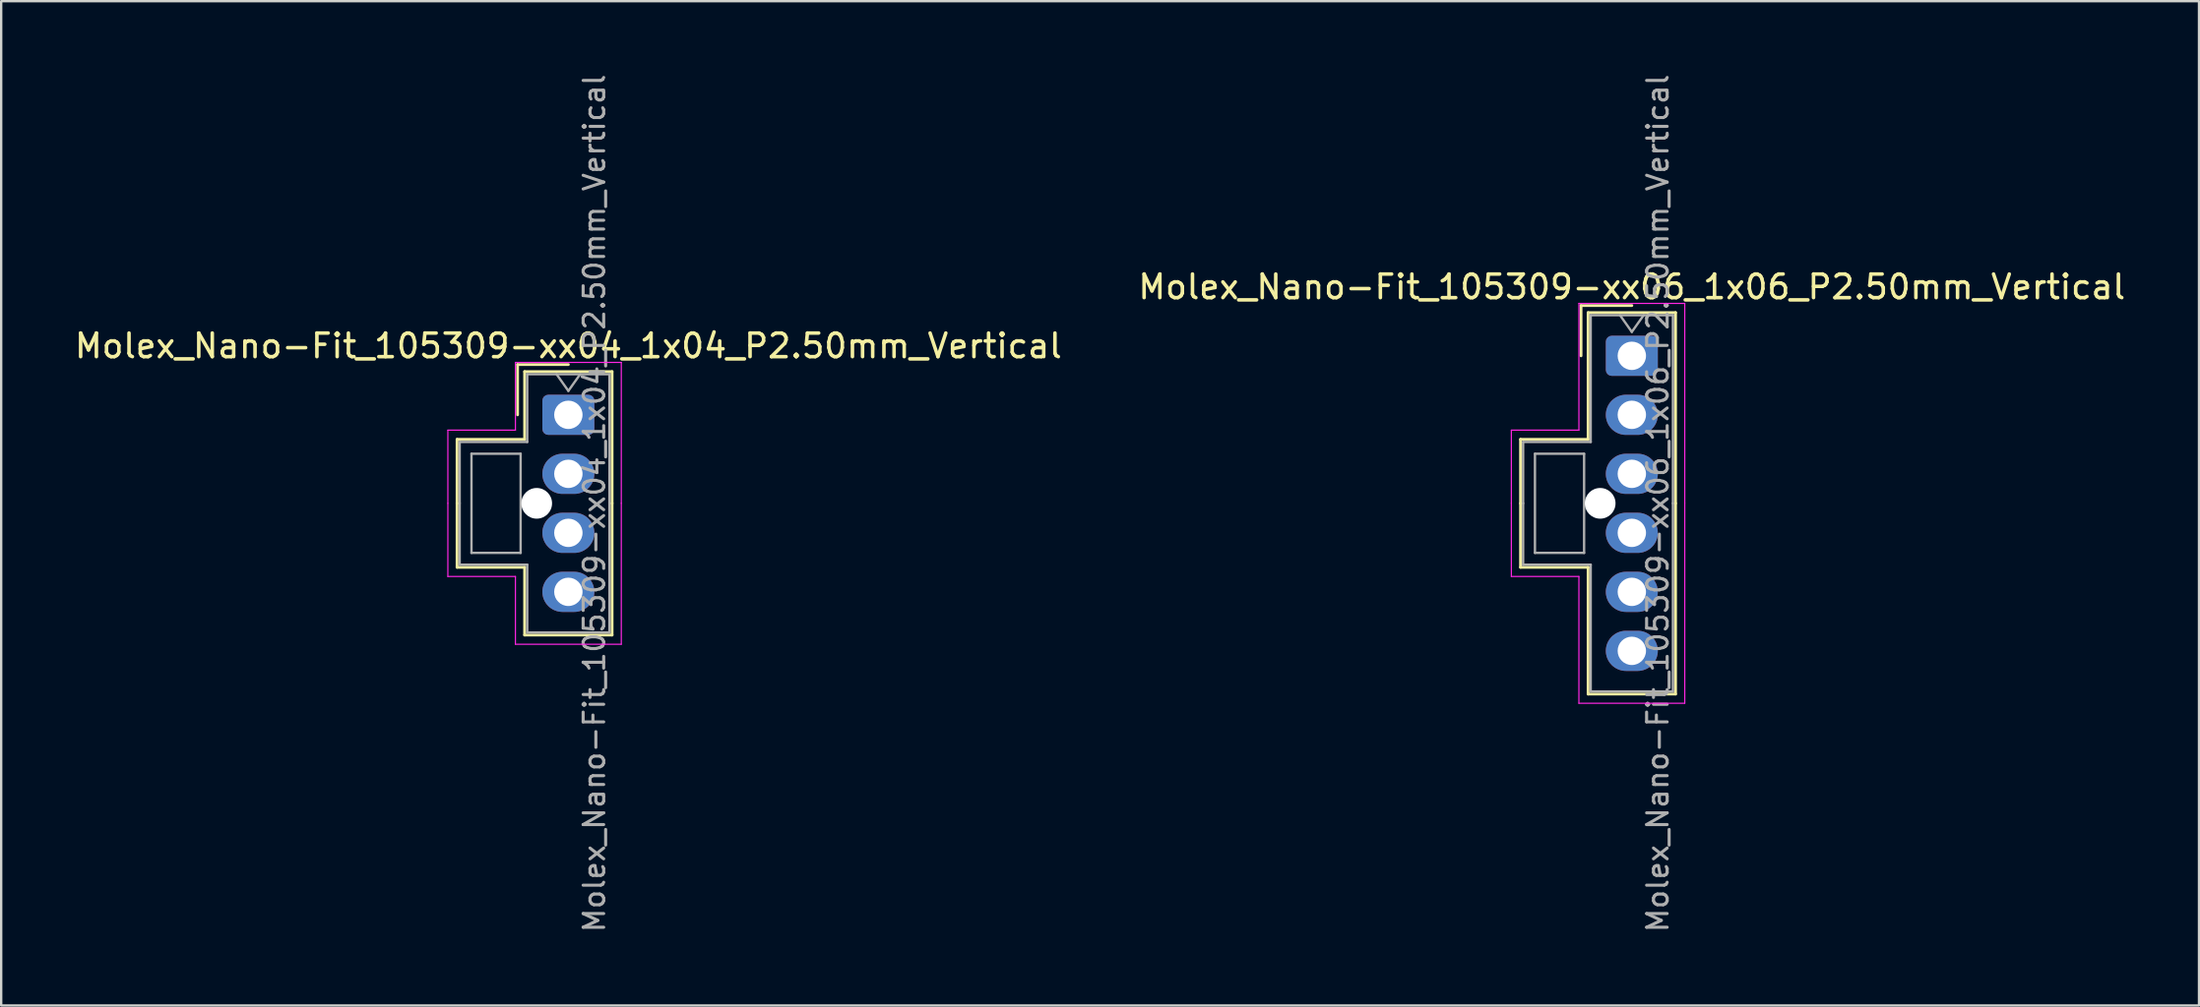
<source format=kicad_pcb>
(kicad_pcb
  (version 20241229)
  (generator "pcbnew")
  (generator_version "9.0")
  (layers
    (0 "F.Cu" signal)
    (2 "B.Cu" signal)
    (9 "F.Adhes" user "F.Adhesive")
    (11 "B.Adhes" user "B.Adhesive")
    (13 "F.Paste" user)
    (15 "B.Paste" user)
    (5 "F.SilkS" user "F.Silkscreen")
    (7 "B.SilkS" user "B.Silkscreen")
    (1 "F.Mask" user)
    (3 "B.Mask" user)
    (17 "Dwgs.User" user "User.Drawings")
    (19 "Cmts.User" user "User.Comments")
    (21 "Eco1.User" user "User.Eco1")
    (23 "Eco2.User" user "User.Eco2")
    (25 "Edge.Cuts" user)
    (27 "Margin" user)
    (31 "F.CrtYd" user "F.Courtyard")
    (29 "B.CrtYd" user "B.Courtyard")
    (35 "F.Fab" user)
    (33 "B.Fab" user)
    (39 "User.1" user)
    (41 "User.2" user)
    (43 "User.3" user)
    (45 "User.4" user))
  (footprint "Molex_Nano-Fit_105309-xx04_1x04_P2.50mm_Vertical"
    (layer "F.Cu")
    (at 21.006 14.524)
    (property "Reference" "Molex_Nano-Fit_105309-xx04_1x04_P2.50mm_Vertical" (at 0 -2.92 0) (layer "F.SilkS") (effects (font (size 1 1) (thickness 0.15))))
    (attr through_hole)
    (fp_line (start -4.71 1.04) (end -4.71 3.75) (stroke (width 0.12) (type solid)) (layer "F.SilkS"))
    (fp_line (start -4.71 6.46) (end -4.71 3.75) (stroke (width 0.12) (type solid)) (layer "F.SilkS"))
    (fp_line (start -2.15 -2.13) (end -2.15 0) (stroke (width 0.12) (type solid)) (layer "F.SilkS"))
    (fp_line (start -1.85 -1.83) (end -1.85 1.04) (stroke (width 0.12) (type solid)) (layer "F.SilkS"))
    (fp_line (start -1.85 1.04) (end -4.71 1.04) (stroke (width 0.12) (type solid)) (layer "F.SilkS"))
    (fp_line (start -1.85 6.46) (end -4.71 6.46) (stroke (width 0.12) (type solid)) (layer "F.SilkS"))
    (fp_line (start -1.85 9.33) (end -1.85 6.46) (stroke (width 0.12) (type solid)) (layer "F.SilkS"))
    (fp_line (start 0 -2.13) (end -2.15 -2.13) (stroke (width 0.12) (type solid)) (layer "F.SilkS"))
    (fp_line (start 1.85 -1.83) (end -1.85 -1.83) (stroke (width 0.12) (type solid)) (layer "F.SilkS"))
    (fp_line (start 1.85 3.75) (end 1.85 -1.83) (stroke (width 0.12) (type solid)) (layer "F.SilkS"))
    (fp_line (start 1.85 3.75) (end 1.85 9.33) (stroke (width 0.12) (type solid)) (layer "F.SilkS"))
    (fp_line (start 1.85 9.33) (end -1.85 9.33) (stroke (width 0.12) (type solid)) (layer "F.SilkS"))
    (fp_line (start -5.1 0.65) (end -5.1 3.75) (stroke (width 0.05) (type solid)) (layer "F.CrtYd"))
    (fp_line (start -5.1 6.85) (end -5.1 3.75) (stroke (width 0.05) (type solid)) (layer "F.CrtYd"))
    (fp_line (start -2.24 -2.22) (end -2.24 0.65) (stroke (width 0.05) (type solid)) (layer "F.CrtYd"))
    (fp_line (start -2.24 0.65) (end -5.1 0.65) (stroke (width 0.05) (type solid)) (layer "F.CrtYd"))
    (fp_line (start -2.24 6.85) (end -5.1 6.85) (stroke (width 0.05) (type solid)) (layer "F.CrtYd"))
    (fp_line (start -2.24 9.72) (end -2.24 6.85) (stroke (width 0.05) (type solid)) (layer "F.CrtYd"))
    (fp_line (start 2.24 -2.22) (end -2.24 -2.22) (stroke (width 0.05) (type solid)) (layer "F.CrtYd"))
    (fp_line (start 2.24 3.75) (end 2.24 -2.22) (stroke (width 0.05) (type solid)) (layer "F.CrtYd"))
    (fp_line (start 2.24 3.75) (end 2.24 9.72) (stroke (width 0.05) (type solid)) (layer "F.CrtYd"))
    (fp_line (start 2.24 9.72) (end -2.24 9.72) (stroke (width 0.05) (type solid)) (layer "F.CrtYd"))
    (fp_line (start -4.6 1.15) (end -4.6 3.75) (stroke (width 0.1) (type solid)) (layer "F.Fab"))
    (fp_line (start -4.6 6.35) (end -4.6 3.75) (stroke (width 0.1) (type solid)) (layer "F.Fab"))
    (fp_line (start -4.1 1.65) (end -4.1 5.85) (stroke (width 0.1) (type solid)) (layer "F.Fab"))
    (fp_line (start -4.1 5.85) (end -2.02 5.85) (stroke (width 0.1) (type solid)) (layer "F.Fab"))
    (fp_line (start -2.02 1.65) (end -4.1 1.65) (stroke (width 0.1) (type solid)) (layer "F.Fab"))
    (fp_line (start -2.02 5.85) (end -2.02 1.65) (stroke (width 0.1) (type solid)) (layer "F.Fab"))
    (fp_line (start -1.74 -1.72) (end -1.74 1.15) (stroke (width 0.1) (type solid)) (layer "F.Fab"))
    (fp_line (start -1.74 1.15) (end -4.6 1.15) (stroke (width 0.1) (type solid)) (layer "F.Fab"))
    (fp_line (start -1.74 6.35) (end -4.6 6.35) (stroke (width 0.1) (type solid)) (layer "F.Fab"))
    (fp_line (start -1.74 9.22) (end -1.74 6.35) (stroke (width 0.1) (type solid)) (layer "F.Fab"))
    (fp_line (start -0.5 -1.72) (end 0 -1.013) (stroke (width 0.1) (type solid)) (layer "F.Fab"))
    (fp_line (start 0 -1.013) (end 0.5 -1.72) (stroke (width 0.1) (type solid)) (layer "F.Fab"))
    (fp_line (start 1.74 -1.72) (end -1.74 -1.72) (stroke (width 0.1) (type solid)) (layer "F.Fab"))
    (fp_line (start 1.74 3.75) (end 1.74 -1.72) (stroke (width 0.1) (type solid)) (layer "F.Fab"))
    (fp_line (start 1.74 3.75) (end 1.74 9.22) (stroke (width 0.1) (type solid)) (layer "F.Fab"))
    (fp_line (start 1.74 9.22) (end -1.74 9.22) (stroke (width 0.1) (type solid)) (layer "F.Fab"))
    (fp_text user "${REFERENCE}" (at 1.1 3.75 90) (layer "F.Fab") (effects (font (size 0.87 0.87) (thickness 0.13))))
    (pad "" np_thru_hole circle (at -1.34 3.75) (size 1.3 1.3) (drill 1.3) (layers "*.Cu" "*.Mask"))
    (pad "1" thru_hole roundrect (at 0 0) (size 2.2 1.7) (drill 1.2) (layers "*.Cu" "*.Mask") (roundrect_rratio 0.147))
    (pad "2" thru_hole oval (at 0 2.5) (size 2.2 1.7) (drill 1.2) (layers "*.Cu" "*.Mask"))
    (pad "3" thru_hole oval (at 0 5) (size 2.2 1.7) (drill 1.2) (layers "*.Cu" "*.Mask"))
    (pad "4" thru_hole oval (at 0 7.5) (size 2.2 1.7) (drill 1.2) (layers "*.Cu" "*.Mask")))
  (footprint "Molex_Nano-Fit_105309-xx06_1x06_P2.50mm_Vertical"
    (layer "F.Cu")
    (at 66.018 12.024)
    (property "Reference" "Molex_Nano-Fit_105309-xx06_1x06_P2.50mm_Vertical" (at 0 -2.92 0) (layer "F.SilkS") (effects (font (size 1 1) (thickness 0.15))))
    (attr through_hole)
    (fp_line (start -4.71 3.54) (end -4.71 6.25) (stroke (width 0.12) (type solid)) (layer "F.SilkS"))
    (fp_line (start -4.71 8.96) (end -4.71 6.25) (stroke (width 0.12) (type solid)) (layer "F.SilkS"))
    (fp_line (start -2.15 -2.13) (end -2.15 0) (stroke (width 0.12) (type solid)) (layer "F.SilkS"))
    (fp_line (start -1.85 -1.83) (end -1.85 3.54) (stroke (width 0.12) (type solid)) (layer "F.SilkS"))
    (fp_line (start -1.85 3.54) (end -4.71 3.54) (stroke (width 0.12) (type solid)) (layer "F.SilkS"))
    (fp_line (start -1.85 8.96) (end -4.71 8.96) (stroke (width 0.12) (type solid)) (layer "F.SilkS"))
    (fp_line (start -1.85 14.33) (end -1.85 8.96) (stroke (width 0.12) (type solid)) (layer "F.SilkS"))
    (fp_line (start 0 -2.13) (end -2.15 -2.13) (stroke (width 0.12) (type solid)) (layer "F.SilkS"))
    (fp_line (start 1.85 -1.83) (end -1.85 -1.83) (stroke (width 0.12) (type solid)) (layer "F.SilkS"))
    (fp_line (start 1.85 6.25) (end 1.85 -1.83) (stroke (width 0.12) (type solid)) (layer "F.SilkS"))
    (fp_line (start 1.85 6.25) (end 1.85 14.33) (stroke (width 0.12) (type solid)) (layer "F.SilkS"))
    (fp_line (start 1.85 14.33) (end -1.85 14.33) (stroke (width 0.12) (type solid)) (layer "F.SilkS"))
    (fp_line (start -5.1 3.15) (end -5.1 6.25) (stroke (width 0.05) (type solid)) (layer "F.CrtYd"))
    (fp_line (start -5.1 9.35) (end -5.1 6.25) (stroke (width 0.05) (type solid)) (layer "F.CrtYd"))
    (fp_line (start -2.24 -2.22) (end -2.24 3.15) (stroke (width 0.05) (type solid)) (layer "F.CrtYd"))
    (fp_line (start -2.24 3.15) (end -5.1 3.15) (stroke (width 0.05) (type solid)) (layer "F.CrtYd"))
    (fp_line (start -2.24 9.35) (end -5.1 9.35) (stroke (width 0.05) (type solid)) (layer "F.CrtYd"))
    (fp_line (start -2.24 14.72) (end -2.24 9.35) (stroke (width 0.05) (type solid)) (layer "F.CrtYd"))
    (fp_line (start 2.24 -2.22) (end -2.24 -2.22) (stroke (width 0.05) (type solid)) (layer "F.CrtYd"))
    (fp_line (start 2.24 6.25) (end 2.24 -2.22) (stroke (width 0.05) (type solid)) (layer "F.CrtYd"))
    (fp_line (start 2.24 6.25) (end 2.24 14.72) (stroke (width 0.05) (type solid)) (layer "F.CrtYd"))
    (fp_line (start 2.24 14.72) (end -2.24 14.72) (stroke (width 0.05) (type solid)) (layer "F.CrtYd"))
    (fp_line (start -4.6 3.65) (end -4.6 6.25) (stroke (width 0.1) (type solid)) (layer "F.Fab"))
    (fp_line (start -4.6 8.85) (end -4.6 6.25) (stroke (width 0.1) (type solid)) (layer "F.Fab"))
    (fp_line (start -4.1 4.15) (end -4.1 8.35) (stroke (width 0.1) (type solid)) (layer "F.Fab"))
    (fp_line (start -4.1 8.35) (end -2.02 8.35) (stroke (width 0.1) (type solid)) (layer "F.Fab"))
    (fp_line (start -2.02 4.15) (end -4.1 4.15) (stroke (width 0.1) (type solid)) (layer "F.Fab"))
    (fp_line (start -2.02 8.35) (end -2.02 4.15) (stroke (width 0.1) (type solid)) (layer "F.Fab"))
    (fp_line (start -1.74 -1.72) (end -1.74 3.65) (stroke (width 0.1) (type solid)) (layer "F.Fab"))
    (fp_line (start -1.74 3.65) (end -4.6 3.65) (stroke (width 0.1) (type solid)) (layer "F.Fab"))
    (fp_line (start -1.74 8.85) (end -4.6 8.85) (stroke (width 0.1) (type solid)) (layer "F.Fab"))
    (fp_line (start -1.74 14.22) (end -1.74 8.85) (stroke (width 0.1) (type solid)) (layer "F.Fab"))
    (fp_line (start -0.5 -1.72) (end 0 -1.013) (stroke (width 0.1) (type solid)) (layer "F.Fab"))
    (fp_line (start 0 -1.013) (end 0.5 -1.72) (stroke (width 0.1) (type solid)) (layer "F.Fab"))
    (fp_line (start 1.74 -1.72) (end -1.74 -1.72) (stroke (width 0.1) (type solid)) (layer "F.Fab"))
    (fp_line (start 1.74 6.25) (end 1.74 -1.72) (stroke (width 0.1) (type solid)) (layer "F.Fab"))
    (fp_line (start 1.74 6.25) (end 1.74 14.22) (stroke (width 0.1) (type solid)) (layer "F.Fab"))
    (fp_line (start 1.74 14.22) (end -1.74 14.22) (stroke (width 0.1) (type solid)) (layer "F.Fab"))
    (fp_text user "${REFERENCE}" (at 1.1 6.25 90) (layer "F.Fab") (effects (font (size 0.87 0.87) (thickness 0.13))))
    (pad "" np_thru_hole circle (at -1.34 6.25) (size 1.3 1.3) (drill 1.3) (layers "*.Cu" "*.Mask"))
    (pad "1" thru_hole roundrect (at 0 0) (size 2.2 1.7) (drill 1.2) (layers "*.Cu" "*.Mask") (roundrect_rratio 0.147))
    (pad "2" thru_hole oval (at 0 2.5) (size 2.2 1.7) (drill 1.2) (layers "*.Cu" "*.Mask"))
    (pad "3" thru_hole oval (at 0 5) (size 2.2 1.7) (drill 1.2) (layers "*.Cu" "*.Mask"))
    (pad "4" thru_hole oval (at 0 7.5) (size 2.2 1.7) (drill 1.2) (layers "*.Cu" "*.Mask"))
    (pad "5" thru_hole oval (at 0 10) (size 2.2 1.7) (drill 1.2) (layers "*.Cu" "*.Mask"))
    (pad "6" thru_hole oval (at 0 12.5) (size 2.2 1.7) (drill 1.2) (layers "*.Cu" "*.Mask")))
  (gr_rect
    (start -3 -3)
    (end 90.024 39.549)
    (stroke (width 0.1) (type default))
    (fill no)
    (layer "Edge.Cuts")))
</source>
